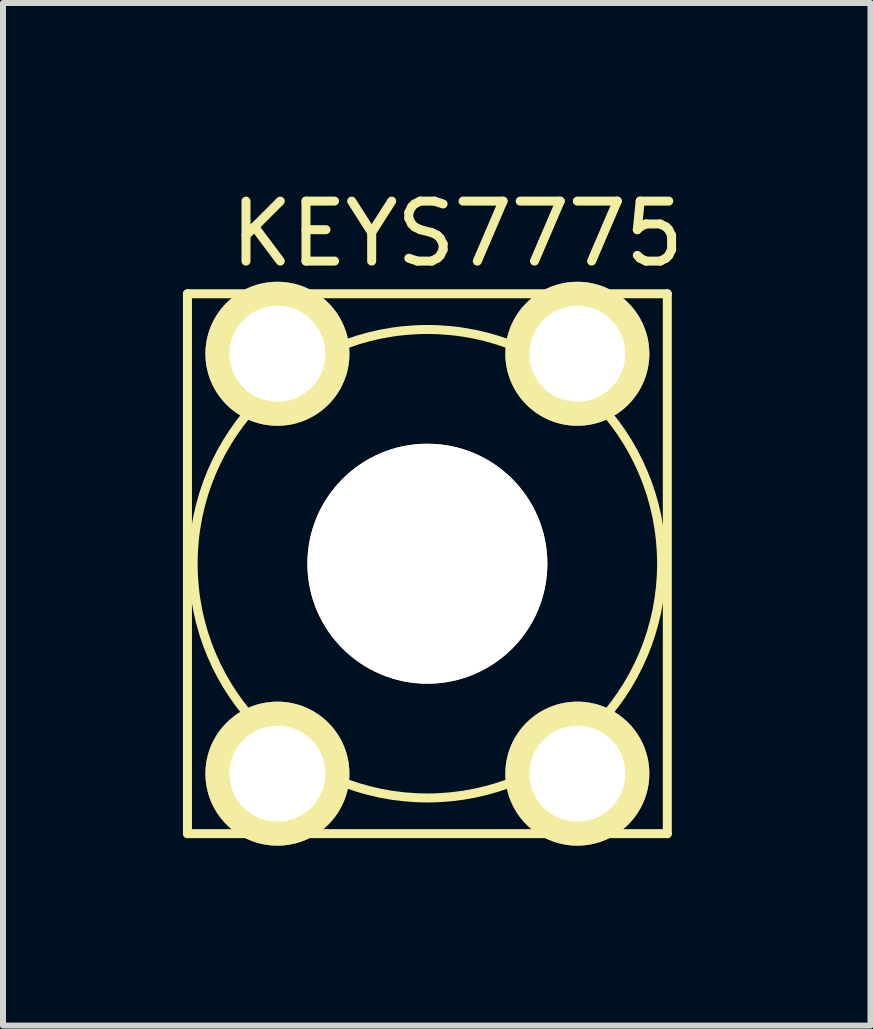
<source format=kicad_pcb>
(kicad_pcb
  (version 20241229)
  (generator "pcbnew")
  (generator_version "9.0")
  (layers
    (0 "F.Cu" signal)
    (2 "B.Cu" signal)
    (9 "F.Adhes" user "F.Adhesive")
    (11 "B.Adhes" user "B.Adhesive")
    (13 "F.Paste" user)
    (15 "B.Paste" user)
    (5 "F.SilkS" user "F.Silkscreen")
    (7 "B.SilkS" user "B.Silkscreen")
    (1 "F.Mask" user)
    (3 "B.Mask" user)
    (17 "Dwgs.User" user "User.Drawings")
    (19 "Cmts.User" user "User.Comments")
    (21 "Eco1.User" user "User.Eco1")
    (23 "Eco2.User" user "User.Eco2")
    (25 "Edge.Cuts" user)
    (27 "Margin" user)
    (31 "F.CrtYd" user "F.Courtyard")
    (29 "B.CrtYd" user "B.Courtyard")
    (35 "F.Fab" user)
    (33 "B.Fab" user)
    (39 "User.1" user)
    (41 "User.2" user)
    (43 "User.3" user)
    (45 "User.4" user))
  (footprint "KEYS7775"
    (layer "F.Cu")
    (at 4.075 6.348)
    (property "Reference" "KEYS7775" (at 0.5 -5.5 0) (layer "F.SilkS") (effects (font (size 1 1) (thickness 0.15))))
    (attr through_hole)
    (fp_line (start -4 -4.5) (end 4 -4.5) (stroke (width 0.15) (type solid)) (layer "F.SilkS"))
    (fp_line (start -4 4.5) (end -4 -4.5) (stroke (width 0.15) (type solid)) (layer "F.SilkS"))
    (fp_line (start 4 -4.5) (end 4 4.5) (stroke (width 0.15) (type solid)) (layer "F.SilkS"))
    (fp_line (start 4 4.5) (end -4 4.5) (stroke (width 0.15) (type solid)) (layer "F.SilkS"))
    (fp_circle (center 0 0) (end 2.5 3) (stroke (width 0.15) (type solid)) (fill no) (layer "F.SilkS"))
    (pad "" np_thru_hole circle (at 0 0) (size 4 4) (drill 4) (layers "*.Cu" "*.Mask" "F.SilkS"))
    (pad "1" thru_hole circle (at -2.5 -3.5) (size 2.4 2.4) (drill 1.6) (layers "*.Cu" "*.Mask" "F.SilkS"))
    (pad "1" thru_hole circle (at -2.5 3.5) (size 2.4 2.4) (drill 1.6) (layers "*.Cu" "*.Mask" "F.SilkS"))
    (pad "1" thru_hole circle (at 2.5 -3.5) (size 2.4 2.4) (drill 1.6) (layers "*.Cu" "*.Mask" "F.SilkS"))
    (pad "1" thru_hole circle (at 2.5 3.5) (size 2.4 2.4) (drill 1.6) (layers "*.Cu" "*.Mask" "F.SilkS")))
  (gr_rect
    (start -3 -3)
    (end 11.462 14.048)
    (stroke (width 0.1) (type default))
    (fill no)
    (layer "Edge.Cuts")))
</source>
